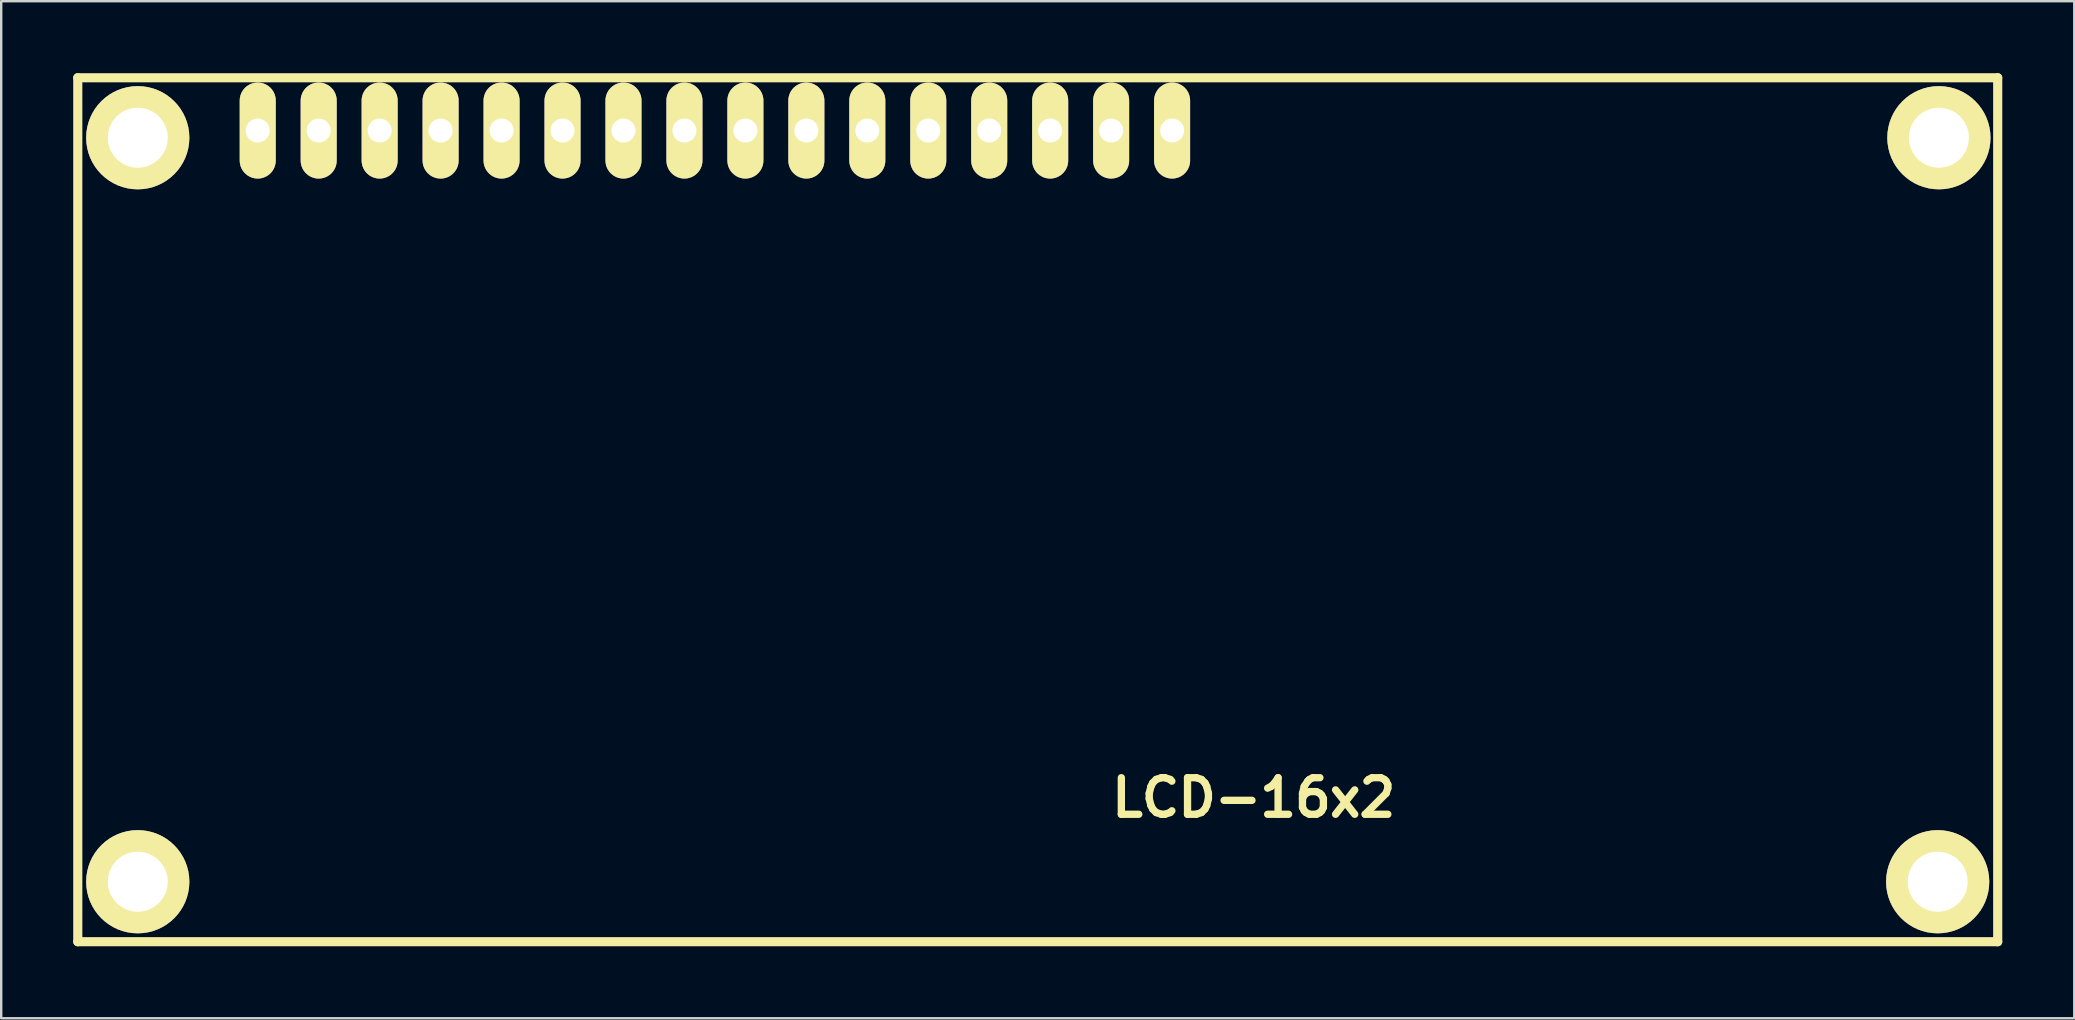
<source format=kicad_pcb>
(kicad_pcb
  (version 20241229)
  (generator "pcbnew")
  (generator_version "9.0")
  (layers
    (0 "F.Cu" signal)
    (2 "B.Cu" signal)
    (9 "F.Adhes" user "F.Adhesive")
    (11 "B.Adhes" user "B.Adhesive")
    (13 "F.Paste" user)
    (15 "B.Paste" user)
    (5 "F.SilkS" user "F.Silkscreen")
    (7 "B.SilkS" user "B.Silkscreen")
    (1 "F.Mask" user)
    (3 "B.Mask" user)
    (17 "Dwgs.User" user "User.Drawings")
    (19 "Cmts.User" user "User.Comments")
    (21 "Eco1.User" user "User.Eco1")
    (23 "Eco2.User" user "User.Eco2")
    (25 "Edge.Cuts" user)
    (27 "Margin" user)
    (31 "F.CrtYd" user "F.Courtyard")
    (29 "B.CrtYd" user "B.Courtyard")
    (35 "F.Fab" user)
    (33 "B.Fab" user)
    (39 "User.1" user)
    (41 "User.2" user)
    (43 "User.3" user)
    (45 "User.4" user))
  (footprint "LCD-16x2"
    (layer "F.Cu")
    (at 49.19 30.19)
    (property "Reference" "LCD-16x2" (at 0 0 0) (layer "F.SilkS") (effects (font (size 1.524 1.524) (thickness 0.305))))
    (attr through_hole)
    (fp_line (start -48.999 -30) (end 31.001 -30) (stroke (width 0.381) (type solid)) (layer "F.SilkS"))
    (fp_line (start -48.999 5.999) (end -48.999 -30) (stroke (width 0.381) (type solid)) (layer "F.SilkS"))
    (fp_line (start 31.001 -30) (end 31.001 5.999) (stroke (width 0.381) (type solid)) (layer "F.SilkS"))
    (fp_line (start 31.001 5.999) (end -48.999 5.999) (stroke (width 0.381) (type solid)) (layer "F.SilkS"))
    (pad "" thru_hole circle (at -46.5 -27.501) (size 4.3 4.3) (drill 2.499) (layers "*.Cu" "*.Mask" "F.SilkS"))
    (pad "" thru_hole circle (at -46.5 3.5) (size 4.3 4.3) (drill 2.499) (layers "*.Cu" "*.Mask" "F.SilkS"))
    (pad "" thru_hole circle (at 28.499 3.5) (size 4.3 4.3) (drill 2.499) (layers "*.Cu" "*.Mask" "F.SilkS"))
    (pad "" thru_hole circle (at 28.55 -27.501) (size 4.3 4.3) (drill 2.499) (layers "*.Cu" "*.Mask" "F.SilkS"))
    (pad "1" thru_hole oval (at -41.501 -27.8) (size 1.501 4) (drill 1.001) (layers "*.Cu" "*.Mask" "F.SilkS"))
    (pad "2" thru_hole oval (at -38.961 -27.8) (size 1.501 4) (drill 1.001) (layers "*.Cu" "*.Mask" "F.SilkS"))
    (pad "3" thru_hole oval (at -36.421 -27.8) (size 1.501 4) (drill 1.001) (layers "*.Cu" "*.Mask" "F.SilkS"))
    (pad "4" thru_hole oval (at -33.881 -27.8) (size 1.501 4) (drill 1.001) (layers "*.Cu" "*.Mask" "F.SilkS"))
    (pad "5" thru_hole oval (at -31.341 -27.8) (size 1.501 4) (drill 1.001) (layers "*.Cu" "*.Mask" "F.SilkS"))
    (pad "6" thru_hole oval (at -28.801 -27.8) (size 1.501 4) (drill 1.001) (layers "*.Cu" "*.Mask" "F.SilkS"))
    (pad "7" thru_hole oval (at -26.261 -27.8) (size 1.501 4) (drill 1.001) (layers "*.Cu" "*.Mask" "F.SilkS"))
    (pad "8" thru_hole oval (at -23.721 -27.8) (size 1.501 4) (drill 1.001) (layers "*.Cu" "*.Mask" "F.SilkS"))
    (pad "9" thru_hole oval (at -21.181 -27.8) (size 1.501 4) (drill 1.001) (layers "*.Cu" "*.Mask" "F.SilkS"))
    (pad "10" thru_hole oval (at -18.641 -27.8) (size 1.501 4) (drill 1.001) (layers "*.Cu" "*.Mask" "F.SilkS"))
    (pad "11" thru_hole oval (at -16.101 -27.8) (size 1.501 4) (drill 1.001) (layers "*.Cu" "*.Mask" "F.SilkS"))
    (pad "12" thru_hole oval (at -13.561 -27.8) (size 1.501 4) (drill 1.001) (layers "*.Cu" "*.Mask" "F.SilkS"))
    (pad "13" thru_hole oval (at -11.021 -27.8) (size 1.501 4) (drill 1.001) (layers "*.Cu" "*.Mask" "F.SilkS"))
    (pad "14" thru_hole oval (at -8.481 -27.8) (size 1.501 4) (drill 1.001) (layers "*.Cu" "*.Mask" "F.SilkS"))
    (pad "15" thru_hole oval (at -5.941 -27.8) (size 1.501 4) (drill 1.001) (layers "*.Cu" "*.Mask" "F.SilkS"))
    (pad "16" thru_hole oval (at -3.401 -27.8) (size 1.501 4) (drill 1.001) (layers "*.Cu" "*.Mask" "F.SilkS")))
  (gr_rect
    (start -3 -3)
    (end 83.381 39.38)
    (stroke (width 0.1) (type default))
    (fill no)
    (layer "Edge.Cuts")))
</source>
